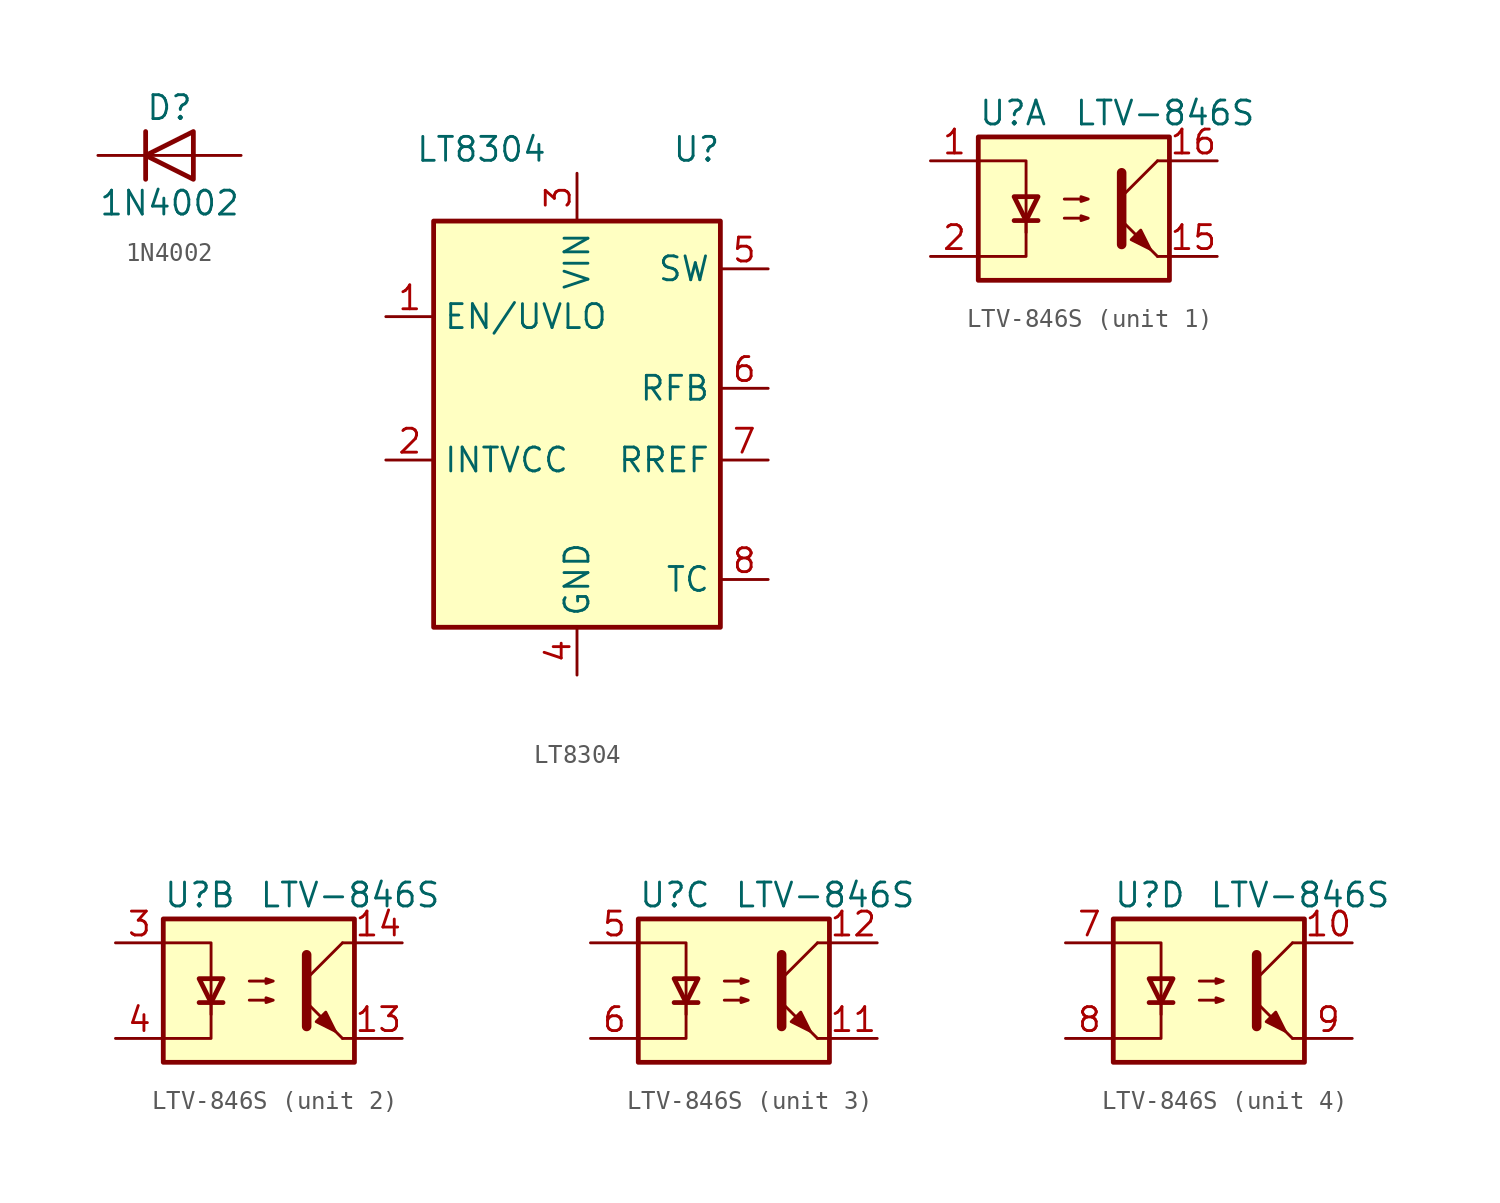
<source format=kicad_sym>
(kicad_symbol_lib
  (version 20220914)
  (generator kicad_symbol_editor)
  (symbol "1N4002"
    (pin_numbers hide)
    (pin_names
      (offset 1.016) hide)
    (property "Reference" "D"
      (at 0 2.54 0)
      (effects (font (size 1.27 1.27))))
    (property "Value" "1N4002"
      (at 0 -2.54 0)
      (effects (font (size 1.27 1.27))))
    (symbol "1N4002_0_1"
      (polyline (pts (xy -1.27 1.27) (xy -1.27 -1.27)) (stroke (width 0.254) (type default)) (fill (type none)))
      (polyline (pts (xy 1.27 0) (xy -1.27 0)) (stroke (width 0) (type default)) (fill (type none)))
      (polyline (pts (xy 1.27 1.27) (xy 1.27 -1.27) (xy -1.27 0) (xy 1.27 1.27)) (stroke (width 0.254) (type default)) (fill (type none))))
    (symbol "1N4002_1_1"
      (pin passive line (at -3.81 0 0) (length 2.54) (name "K" (effects (font (size 1.27 1.27)))) (number "1" (effects (font (size 1.27 1.27)))))
      (pin passive line (at 3.81 0 180) (length 2.54) (name "A" (effects (font (size 1.27 1.27)))) (number "2" (effects (font (size 1.27 1.27)))))))
  (symbol "LT8304"
    (property "Reference" "U"
      (at 6.35 17.78 0)
      (effects (font (size 1.27 1.27))))
    (property "Value" "LT8304"
      (at -5.08 17.78 0)
      (effects (font (size 1.27 1.27))))
    (symbol "LT8304_0_0"
      (pin output line (at -10.16 1.27 0) (length 2.54) (name "INTVCC" (effects (font (size 1.27 1.27)))) (number "2" (effects (font (size 1.27 1.27)))))
      (pin input line (at 10.16 1.27 180) (length 2.54) (name "RREF" (effects (font (size 1.27 1.27)))) (number "7" (effects (font (size 1.27 1.27)))))
      (pin output line (at 10.16 -5.08 180) (length 2.54) (name "TC" (effects (font (size 1.27 1.27)))) (number "8" (effects (font (size 1.27 1.27))))))
    (symbol "LT8304_0_1"
      (rectangle (start 7.62 13.97) (end -7.62 -7.62) (stroke (width 0.254) (type default)) (fill (type background))))
    (symbol "LT8304_1_1"
      (pin input line (at -10.16 8.89 0) (length 2.54) (name "EN/UVLO" (effects (font (size 1.27 1.27)))) (number "1" (effects (font (size 1.27 1.27)))))
      (pin power_in line (at 0 16.51 270) (length 2.54) (name "VIN" (effects (font (size 1.27 1.27)))) (number "3" (effects (font (size 1.27 1.27)))))
      (pin power_in line (at 0 -10.16 90) (length 2.54) (name "GND" (effects (font (size 1.27 1.27)))) (number "4" (effects (font (size 1.27 1.27)))))
      (pin open_collector line (at 10.16 11.43 180) (length 2.54) (name "SW" (effects (font (size 1.27 1.27)))) (number "5" (effects (font (size 1.27 1.27)))))
      (pin input line (at 10.16 5.08 180) (length 2.54) (name "RFB" (effects (font (size 1.27 1.27)))) (number "6" (effects (font (size 1.27 1.27)))))))
  (symbol "LTV-846S"
    (pin_names
      (offset 1.016))
    (property "Reference" "U"
      (at -5.08 5.08 0)
      (effects (font (size 1.27 1.27)) (justify left)))
    (property "Value" "LTV-846S"
      (at 0 5.08 0)
      (effects (font (size 1.27 1.27)) (justify left)))
    (symbol "LTV-846S_0_1"
      (rectangle (start -5.08 3.81) (end 5.08 -3.81) (stroke (width 0.254) (type default)) (fill (type background)))
      (polyline (pts (xy -3.175 -0.635) (xy -1.905 -0.635)) (stroke (width 0.254) (type default)) (fill (type none)))
      (polyline (pts (xy 2.54 0.635) (xy 4.445 2.54)) (stroke (width 0) (type default)) (fill (type none)))
      (polyline (pts (xy 4.445 -2.54) (xy 2.54 -0.635)) (stroke (width 0) (type default)) (fill (type outline)))
      (polyline (pts (xy 4.445 -2.54) (xy 5.08 -2.54)) (stroke (width 0) (type default)) (fill (type none)))
      (polyline (pts (xy 4.445 2.54) (xy 5.08 2.54)) (stroke (width 0) (type default)) (fill (type none)))
      (polyline (pts (xy -2.54 -0.635) (xy -2.54 -2.54) (xy -5.08 -2.54)) (stroke (width 0) (type default)) (fill (type none)))
      (polyline (pts (xy 2.54 1.905) (xy 2.54 -1.905) (xy 2.54 -1.905)) (stroke (width 0.508) (type default)) (fill (type none)))
      (polyline (pts (xy -5.08 2.54) (xy -2.54 2.54) (xy -2.54 -1.27) (xy -2.54 0.635)) (stroke (width 0) (type default)) (fill (type none)))
      (polyline (pts (xy -2.54 -0.635) (xy -3.175 0.635) (xy -1.905 0.635) (xy -2.54 -0.635)) (stroke (width 0.254) (type default)) (fill (type none)))
      (polyline (pts (xy -0.508 -0.508) (xy 0.762 -0.508) (xy 0.381 -0.635) (xy 0.381 -0.381) (xy 0.762 -0.508)) (stroke (width 0) (type default)) (fill (type none)))
      (polyline (pts (xy -0.508 0.508) (xy 0.762 0.508) (xy 0.381 0.381) (xy 0.381 0.635) (xy 0.762 0.508)) (stroke (width 0) (type default)) (fill (type none)))
      (polyline (pts (xy 3.048 -1.651) (xy 3.556 -1.143) (xy 4.064 -2.159) (xy 3.048 -1.651) (xy 3.048 -1.651)) (stroke (width 0) (type default)) (fill (type outline))))
    (symbol "LTV-846S_1_1"
      (pin passive line (at -7.62 2.54 0) (length 2.54) (name "~" (effects (font (size 1.27 1.27)))) (number "1" (effects (font (size 1.27 1.27)))))
      (pin passive line (at 7.62 -2.54 180) (length 2.54) (name "~" (effects (font (size 1.27 1.27)))) (number "15" (effects (font (size 1.27 1.27)))))
      (pin passive line (at 7.62 2.54 180) (length 2.54) (name "~" (effects (font (size 1.27 1.27)))) (number "16" (effects (font (size 1.27 1.27)))))
      (pin passive line (at -7.62 -2.54 0) (length 2.54) (name "~" (effects (font (size 1.27 1.27)))) (number "2" (effects (font (size 1.27 1.27))))))
    (symbol "LTV-846S_2_1"
      (pin passive line (at 7.62 -2.54 180) (length 2.54) (name "~" (effects (font (size 1.27 1.27)))) (number "13" (effects (font (size 1.27 1.27)))))
      (pin passive line (at 7.62 2.54 180) (length 2.54) (name "~" (effects (font (size 1.27 1.27)))) (number "14" (effects (font (size 1.27 1.27)))))
      (pin passive line (at -7.62 2.54 0) (length 2.54) (name "~" (effects (font (size 1.27 1.27)))) (number "3" (effects (font (size 1.27 1.27)))))
      (pin passive line (at -7.62 -2.54 0) (length 2.54) (name "~" (effects (font (size 1.27 1.27)))) (number "4" (effects (font (size 1.27 1.27))))))
    (symbol "LTV-846S_3_1"
      (pin passive line (at 7.62 -2.54 180) (length 2.54) (name "~" (effects (font (size 1.27 1.27)))) (number "11" (effects (font (size 1.27 1.27)))))
      (pin passive line (at 7.62 2.54 180) (length 2.54) (name "~" (effects (font (size 1.27 1.27)))) (number "12" (effects (font (size 1.27 1.27)))))
      (pin passive line (at -7.62 2.54 0) (length 2.54) (name "~" (effects (font (size 1.27 1.27)))) (number "5" (effects (font (size 1.27 1.27)))))
      (pin passive line (at -7.62 -2.54 0) (length 2.54) (name "~" (effects (font (size 1.27 1.27)))) (number "6" (effects (font (size 1.27 1.27))))))
    (symbol "LTV-846S_4_1"
      (pin passive line (at 7.62 2.54 180) (length 2.54) (name "~" (effects (font (size 1.27 1.27)))) (number "10" (effects (font (size 1.27 1.27)))))
      (pin passive line (at -7.62 2.54 0) (length 2.54) (name "~" (effects (font (size 1.27 1.27)))) (number "7" (effects (font (size 1.27 1.27)))))
      (pin passive line (at -7.62 -2.54 0) (length 2.54) (name "~" (effects (font (size 1.27 1.27)))) (number "8" (effects (font (size 1.27 1.27)))))
      (pin passive line (at 7.62 -2.54 180) (length 2.54) (name "~" (effects (font (size 1.27 1.27)))) (number "9" (effects (font (size 1.27 1.27))))))))
</source>
